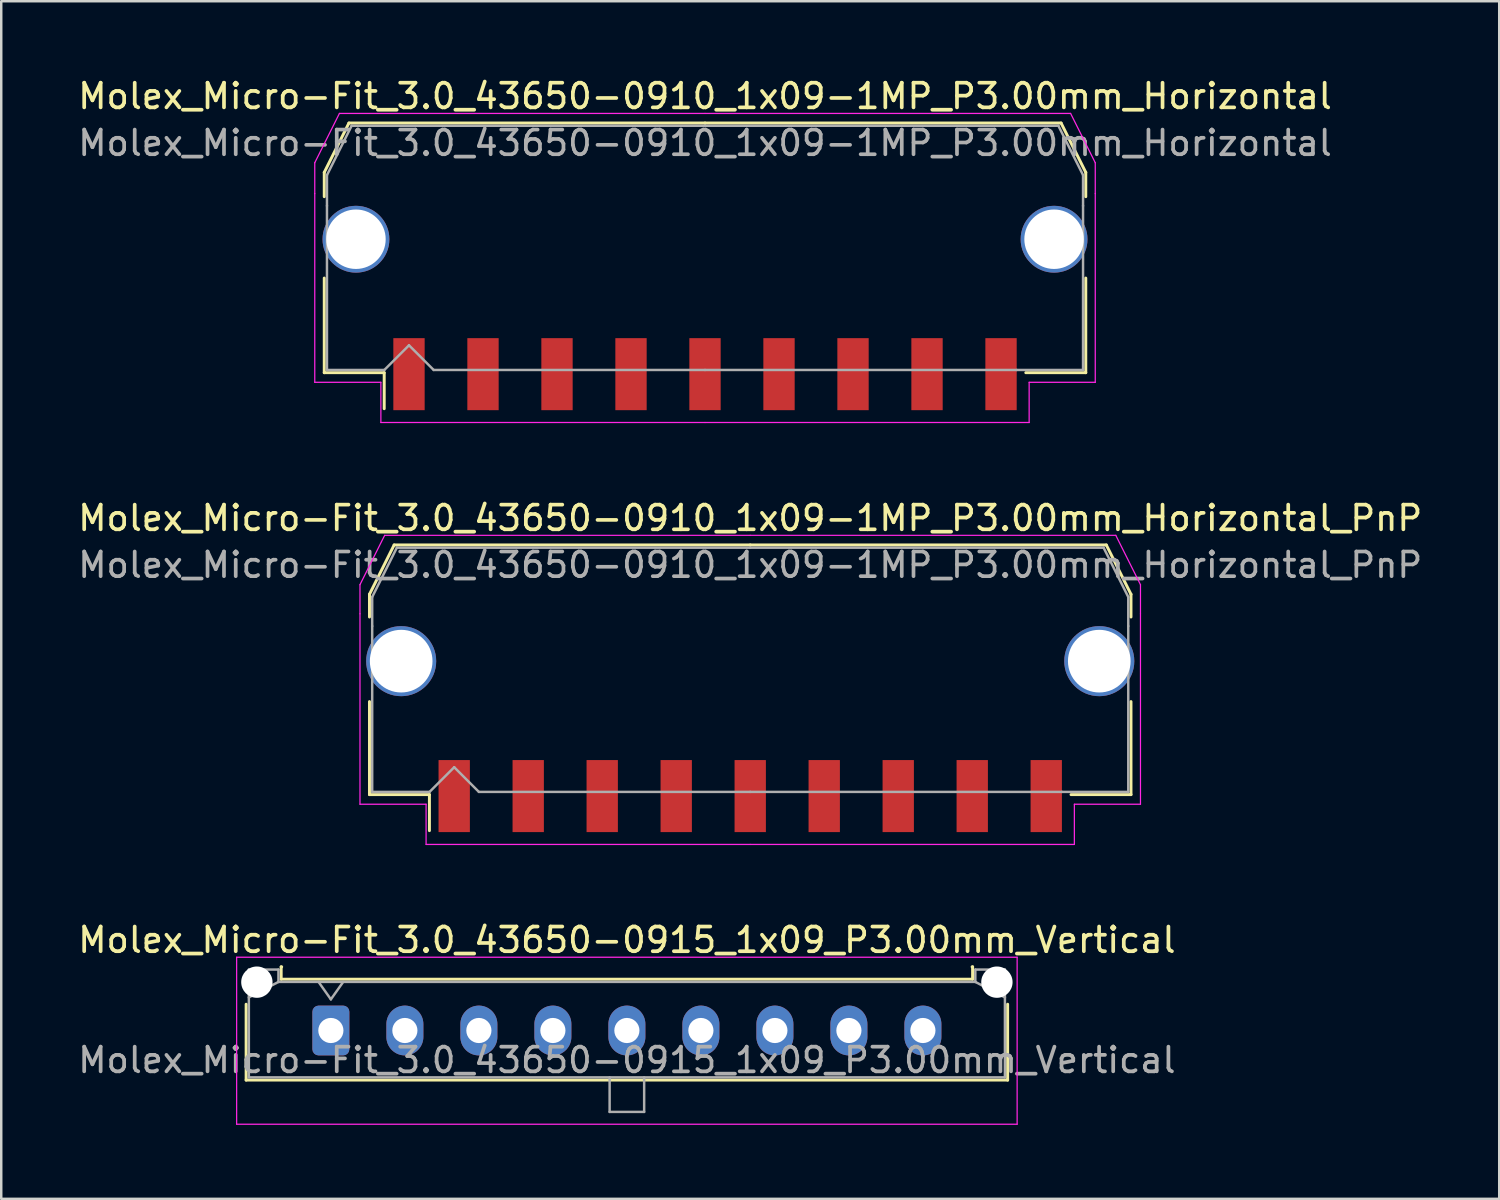
<source format=kicad_pcb>
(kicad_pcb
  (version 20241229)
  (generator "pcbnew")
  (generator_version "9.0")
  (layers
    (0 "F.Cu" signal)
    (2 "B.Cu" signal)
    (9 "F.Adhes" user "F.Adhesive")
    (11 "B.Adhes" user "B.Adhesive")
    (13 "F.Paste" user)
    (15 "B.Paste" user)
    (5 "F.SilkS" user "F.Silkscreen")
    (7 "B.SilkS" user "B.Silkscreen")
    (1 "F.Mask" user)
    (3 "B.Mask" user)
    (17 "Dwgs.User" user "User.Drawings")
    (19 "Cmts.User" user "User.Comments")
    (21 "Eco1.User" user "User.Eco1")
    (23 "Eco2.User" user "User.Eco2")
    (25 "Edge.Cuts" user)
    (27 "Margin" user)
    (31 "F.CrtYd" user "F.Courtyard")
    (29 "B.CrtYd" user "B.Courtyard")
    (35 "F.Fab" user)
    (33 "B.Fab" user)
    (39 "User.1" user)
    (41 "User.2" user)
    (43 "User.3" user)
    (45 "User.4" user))
  (footprint "Molex_Micro-Fit_3.0_43650-0915_1x09_P3.00mm_Vertical"
    (layer "F.Cu")
    (at 10.363 38.725)
    (property "Reference" "Molex_Micro-Fit_3.0_43650-0915_1x09_P3.00mm_Vertical" (at 12 -3.67 0) (layer "F.SilkS") (effects (font (size 1 1) (thickness 0.15))))
    (attr through_hole)
    (fp_line (start -3.435 -1.065) (end -3.435 2.01) (stroke (width 0.12) (type solid)) (layer "F.SilkS"))
    (fp_line (start -3.435 2.01) (end 27.435 2.01) (stroke (width 0.12) (type solid)) (layer "F.SilkS"))
    (fp_line (start -2.015 -2.58) (end -2.015 -2.08) (stroke (width 0.12) (type solid)) (layer "F.SilkS"))
    (fp_line (start -2.015 -2.08) (end 26.015 -2.08) (stroke (width 0.12) (type solid)) (layer "F.SilkS"))
    (fp_line (start -1.995 -2.58) (end -2.015 -2.58) (stroke (width 0.12) (type solid)) (layer "F.SilkS"))
    (fp_line (start 26.015 -2.58) (end 25.995 -2.58) (stroke (width 0.12) (type solid)) (layer "F.SilkS"))
    (fp_line (start 26.015 -2.08) (end 26.015 -2.58) (stroke (width 0.12) (type solid)) (layer "F.SilkS"))
    (fp_line (start 27.435 2.01) (end 27.435 -1.065) (stroke (width 0.12) (type solid)) (layer "F.SilkS"))
    (fp_line (start -3.82 -2.97) (end 27.82 -2.97) (stroke (width 0.05) (type solid)) (layer "F.CrtYd"))
    (fp_line (start -3.82 3.8) (end -3.82 -2.97) (stroke (width 0.05) (type solid)) (layer "F.CrtYd"))
    (fp_line (start 27.82 -2.97) (end 27.82 3.8) (stroke (width 0.05) (type solid)) (layer "F.CrtYd"))
    (fp_line (start 27.82 3.8) (end -3.82 3.8) (stroke (width 0.05) (type solid)) (layer "F.CrtYd"))
    (fp_line (start -3.325 -2.47) (end -3.325 1.9) (stroke (width 0.1) (type solid)) (layer "F.Fab"))
    (fp_line (start -3.325 -1.34) (end -2.125 -1.97) (stroke (width 0.1) (type solid)) (layer "F.Fab"))
    (fp_line (start -3.325 1.9) (end 27.325 1.9) (stroke (width 0.1) (type solid)) (layer "F.Fab"))
    (fp_line (start -2.125 -2.47) (end -3.325 -2.47) (stroke (width 0.1) (type solid)) (layer "F.Fab"))
    (fp_line (start -2.125 -1.97) (end -2.125 -2.47) (stroke (width 0.1) (type solid)) (layer "F.Fab"))
    (fp_line (start -0.5 -1.97) (end 0 -1.263) (stroke (width 0.1) (type solid)) (layer "F.Fab"))
    (fp_line (start 0 -1.263) (end 0.5 -1.97) (stroke (width 0.1) (type solid)) (layer "F.Fab"))
    (fp_line (start 11.3 1.9) (end 11.3 3.3) (stroke (width 0.1) (type solid)) (layer "F.Fab"))
    (fp_line (start 11.3 3.3) (end 12.7 3.3) (stroke (width 0.1) (type solid)) (layer "F.Fab"))
    (fp_line (start 12.7 3.3) (end 12.7 1.9) (stroke (width 0.1) (type solid)) (layer "F.Fab"))
    (fp_line (start 26.125 -2.47) (end 26.125 -1.97) (stroke (width 0.1) (type solid)) (layer "F.Fab"))
    (fp_line (start 26.125 -1.97) (end -2.125 -1.97) (stroke (width 0.1) (type solid)) (layer "F.Fab"))
    (fp_line (start 27.325 -2.47) (end 26.125 -2.47) (stroke (width 0.1) (type solid)) (layer "F.Fab"))
    (fp_line (start 27.325 -1.34) (end 26.125 -1.97) (stroke (width 0.1) (type solid)) (layer "F.Fab"))
    (fp_line (start 27.325 1.9) (end 27.325 -2.47) (stroke (width 0.1) (type solid)) (layer "F.Fab"))
    (fp_text user "${REFERENCE}" (at 12 1.2 0) (layer "F.Fab") (effects (font (size 1 1) (thickness 0.15))))
    (pad "" np_thru_hole circle (at -3 -1.96) (size 1.27 1.27) (drill 1.27) (layers "*.Cu" "*.Mask"))
    (pad "" np_thru_hole circle (at 27 -1.96) (size 1.27 1.27) (drill 1.27) (layers "*.Cu" "*.Mask"))
    (pad "1" thru_hole roundrect (at 0 0) (size 1.5 2.02) (drill 1.02) (layers "*.Cu" "*.Mask") (roundrect_rratio 0.167))
    (pad "2" thru_hole oval (at 3 0) (size 1.5 2.02) (drill 1.02) (layers "*.Cu" "*.Mask"))
    (pad "3" thru_hole oval (at 6 0) (size 1.5 2.02) (drill 1.02) (layers "*.Cu" "*.Mask"))
    (pad "4" thru_hole oval (at 9 0) (size 1.5 2.02) (drill 1.02) (layers "*.Cu" "*.Mask"))
    (pad "5" thru_hole oval (at 12 0) (size 1.5 2.02) (drill 1.02) (layers "*.Cu" "*.Mask"))
    (pad "6" thru_hole oval (at 15 0) (size 1.5 2.02) (drill 1.02) (layers "*.Cu" "*.Mask"))
    (pad "7" thru_hole oval (at 18 0) (size 1.5 2.02) (drill 1.02) (layers "*.Cu" "*.Mask"))
    (pad "8" thru_hole oval (at 21 0) (size 1.5 2.02) (drill 1.02) (layers "*.Cu" "*.Mask"))
    (pad "9" thru_hole oval (at 24 0) (size 1.5 2.02) (drill 1.02) (layers "*.Cu" "*.Mask")))
  (footprint "Molex_Micro-Fit_3.0_43650-0910_1x09-1MP_P3.00mm_Horizontal_PnP"
    (layer "F.Cu")
    (at 27.363 24.102)
    (property "Reference" "Molex_Micro-Fit_3.0_43650-0910_1x09-1MP_P3.00mm_Horizontal_PnP" (at 0 -6.15 0) (layer "F.SilkS") (effects (font (size 1 1) (thickness 0.15))))
    (attr smd)
    (fp_line (start -15.435 -3.06) (end -15.435 -2.14) (stroke (width 0.12) (type solid)) (layer "F.SilkS"))
    (fp_line (start -15.435 1.29) (end -15.435 5.06) (stroke (width 0.12) (type solid)) (layer "F.SilkS"))
    (fp_line (start -15.435 5.06) (end -13.005 5.06) (stroke (width 0.12) (type solid)) (layer "F.SilkS"))
    (fp_line (start -14.435 -5.06) (end -15.435 -3.06) (stroke (width 0.12) (type solid)) (layer "F.SilkS"))
    (fp_line (start -13.005 5.06) (end -13.005 6.52) (stroke (width 0.12) (type solid)) (layer "F.SilkS"))
    (fp_line (start 0 -5.06) (end -14.435 -5.06) (stroke (width 0.12) (type solid)) (layer "F.SilkS"))
    (fp_line (start 0 -5.06) (end 14.435 -5.06) (stroke (width 0.12) (type solid)) (layer "F.SilkS"))
    (fp_line (start 14.435 -5.06) (end 15.435 -3.06) (stroke (width 0.12) (type solid)) (layer "F.SilkS"))
    (fp_line (start 15.435 -3.06) (end 15.435 -2.14) (stroke (width 0.12) (type solid)) (layer "F.SilkS"))
    (fp_line (start 15.435 1.29) (end 15.435 5.06) (stroke (width 0.12) (type solid)) (layer "F.SilkS"))
    (fp_line (start 15.435 5.06) (end 13.005 5.06) (stroke (width 0.12) (type solid)) (layer "F.SilkS"))
    (fp_line (start -15.82 -3.45) (end -15.82 -2.27) (stroke (width 0.05) (type solid)) (layer "F.CrtYd"))
    (fp_line (start -15.82 -2.27) (end -15.82 5.45) (stroke (width 0.05) (type solid)) (layer "F.CrtYd"))
    (fp_line (start -15.82 5.45) (end -13.14 5.45) (stroke (width 0.05) (type solid)) (layer "F.CrtYd"))
    (fp_line (start -14.82 -5.45) (end -15.82 -3.45) (stroke (width 0.05) (type solid)) (layer "F.CrtYd"))
    (fp_line (start -13.14 5.45) (end -13.14 7.08) (stroke (width 0.05) (type solid)) (layer "F.CrtYd"))
    (fp_line (start -13.14 7.08) (end 0 7.08) (stroke (width 0.05) (type solid)) (layer "F.CrtYd"))
    (fp_line (start 0 -5.45) (end -14.82 -5.45) (stroke (width 0.05) (type solid)) (layer "F.CrtYd"))
    (fp_line (start 0 -5.45) (end 14.82 -5.45) (stroke (width 0.05) (type solid)) (layer "F.CrtYd"))
    (fp_line (start 13.14 5.45) (end 13.14 7.08) (stroke (width 0.05) (type solid)) (layer "F.CrtYd"))
    (fp_line (start 13.14 7.08) (end 0 7.08) (stroke (width 0.05) (type solid)) (layer "F.CrtYd"))
    (fp_line (start 14.82 -5.45) (end 15.82 -3.45) (stroke (width 0.05) (type solid)) (layer "F.CrtYd"))
    (fp_line (start 15.82 -3.45) (end 15.82 -2.27) (stroke (width 0.05) (type solid)) (layer "F.CrtYd"))
    (fp_line (start 15.82 -2.27) (end 15.82 5.45) (stroke (width 0.05) (type solid)) (layer "F.CrtYd"))
    (fp_line (start 15.82 5.45) (end 13.14 5.45) (stroke (width 0.05) (type solid)) (layer "F.CrtYd"))
    (fp_line (start -15.325 -2.95) (end -15.325 -1.77) (stroke (width 0.1) (type solid)) (layer "F.Fab"))
    (fp_line (start -15.325 -1.77) (end -15.325 4.95) (stroke (width 0.1) (type solid)) (layer "F.Fab"))
    (fp_line (start -15.325 4.95) (end -13 4.95) (stroke (width 0.1) (type solid)) (layer "F.Fab"))
    (fp_line (start -14.325 -4.95) (end -15.325 -2.95) (stroke (width 0.1) (type solid)) (layer "F.Fab"))
    (fp_line (start -13 4.95) (end -12 3.95) (stroke (width 0.1) (type solid)) (layer "F.Fab"))
    (fp_line (start -12 3.95) (end -11 4.95) (stroke (width 0.1) (type solid)) (layer "F.Fab"))
    (fp_line (start -11 4.95) (end 0 4.95) (stroke (width 0.1) (type solid)) (layer "F.Fab"))
    (fp_line (start 0 -4.95) (end -14.325 -4.95) (stroke (width 0.1) (type solid)) (layer "F.Fab"))
    (fp_line (start 0 -4.95) (end 14.325 -4.95) (stroke (width 0.1) (type solid)) (layer "F.Fab"))
    (fp_line (start 12.635 4.95) (end 0 4.95) (stroke (width 0.1) (type solid)) (layer "F.Fab"))
    (fp_line (start 14.325 -4.95) (end 15.325 -2.95) (stroke (width 0.1) (type solid)) (layer "F.Fab"))
    (fp_line (start 15.325 -2.95) (end 15.325 -1.77) (stroke (width 0.1) (type solid)) (layer "F.Fab"))
    (fp_line (start 15.325 -1.77) (end 15.325 4.95) (stroke (width 0.1) (type solid)) (layer "F.Fab"))
    (fp_line (start 15.325 4.95) (end 12.635 4.95) (stroke (width 0.1) (type solid)) (layer "F.Fab"))
    (fp_text user "${REFERENCE}" (at 0 -4.25 0) (layer "F.Fab") (effects (font (size 1 1) (thickness 0.15))))
    (pad "1" smd rect (at -12 5.12) (size 1.27 2.92) (layers "F.Cu" "F.Mask" "F.Paste"))
    (pad "2" smd rect (at -9 5.12) (size 1.27 2.92) (layers "F.Cu" "F.Mask" "F.Paste"))
    (pad "3" smd rect (at -6 5.12) (size 1.27 2.92) (layers "F.Cu" "F.Mask" "F.Paste"))
    (pad "4" smd rect (at -3 5.12) (size 1.27 2.92) (layers "F.Cu" "F.Mask" "F.Paste"))
    (pad "5" smd rect (at 0 5.12) (size 1.27 2.92) (layers "F.Cu" "F.Mask" "F.Paste"))
    (pad "6" smd rect (at 3 5.12) (size 1.27 2.92) (layers "F.Cu" "F.Mask" "F.Paste"))
    (pad "7" smd rect (at 6 5.12) (size 1.27 2.92) (layers "F.Cu" "F.Mask" "F.Paste"))
    (pad "8" smd rect (at 9 5.12) (size 1.27 2.92) (layers "F.Cu" "F.Mask" "F.Paste"))
    (pad "9" smd rect (at 12 5.12) (size 1.27 2.92) (layers "F.Cu" "F.Mask" "F.Paste"))
    (pad "MP" thru_hole circle (at -14.15 -0.35) (size 2.84 2.84) (drill 2.54) (layers "*.Cu" "*.Mask"))
    (pad "MP" thru_hole circle (at 14.15 -0.35) (size 2.84 2.84) (drill 2.54) (layers "*.Cu" "*.Mask")))
  (footprint "Molex_Micro-Fit_3.0_43650-0910_1x09-1MP_P3.00mm_Horizontal"
    (layer "F.Cu")
    (at 25.53 6.998)
    (property "Reference" "Molex_Micro-Fit_3.0_43650-0910_1x09-1MP_P3.00mm_Horizontal" (at 0 -6.15 0) (layer "F.SilkS") (effects (font (size 1 1) (thickness 0.15))))
    (attr smd)
    (fp_line (start -15.435 -3.06) (end -15.435 -2.075) (stroke (width 0.12) (type solid)) (layer "F.SilkS"))
    (fp_line (start -15.435 1.225) (end -15.435 5.06) (stroke (width 0.12) (type solid)) (layer "F.SilkS"))
    (fp_line (start -15.435 5.06) (end -13.005 5.06) (stroke (width 0.12) (type solid)) (layer "F.SilkS"))
    (fp_line (start -14.435 -5.06) (end -15.435 -3.06) (stroke (width 0.12) (type solid)) (layer "F.SilkS"))
    (fp_line (start -13.005 5.06) (end -13.005 6.52) (stroke (width 0.12) (type solid)) (layer "F.SilkS"))
    (fp_line (start 0 -5.06) (end -14.435 -5.06) (stroke (width 0.12) (type solid)) (layer "F.SilkS"))
    (fp_line (start 0 -5.06) (end 14.435 -5.06) (stroke (width 0.12) (type solid)) (layer "F.SilkS"))
    (fp_line (start 14.435 -5.06) (end 15.435 -3.06) (stroke (width 0.12) (type solid)) (layer "F.SilkS"))
    (fp_line (start 15.435 -3.06) (end 15.435 -2.075) (stroke (width 0.12) (type solid)) (layer "F.SilkS"))
    (fp_line (start 15.435 1.225) (end 15.435 5.06) (stroke (width 0.12) (type solid)) (layer "F.SilkS"))
    (fp_line (start 15.435 5.06) (end 13.005 5.06) (stroke (width 0.12) (type solid)) (layer "F.SilkS"))
    (fp_line (start -15.82 -3.45) (end -15.82 -2.2) (stroke (width 0.05) (type solid)) (layer "F.CrtYd"))
    (fp_line (start -15.82 -2.2) (end -15.82 5.45) (stroke (width 0.05) (type solid)) (layer "F.CrtYd"))
    (fp_line (start -15.82 5.45) (end -13.14 5.45) (stroke (width 0.05) (type solid)) (layer "F.CrtYd"))
    (fp_line (start -14.82 -5.45) (end -15.82 -3.45) (stroke (width 0.05) (type solid)) (layer "F.CrtYd"))
    (fp_line (start -13.14 5.45) (end -13.14 7.08) (stroke (width 0.05) (type solid)) (layer "F.CrtYd"))
    (fp_line (start -13.14 7.08) (end 0 7.08) (stroke (width 0.05) (type solid)) (layer "F.CrtYd"))
    (fp_line (start 0 -5.45) (end -14.82 -5.45) (stroke (width 0.05) (type solid)) (layer "F.CrtYd"))
    (fp_line (start 0 -5.45) (end 14.82 -5.45) (stroke (width 0.05) (type solid)) (layer "F.CrtYd"))
    (fp_line (start 13.14 5.45) (end 13.14 7.08) (stroke (width 0.05) (type solid)) (layer "F.CrtYd"))
    (fp_line (start 13.14 7.08) (end 0 7.08) (stroke (width 0.05) (type solid)) (layer "F.CrtYd"))
    (fp_line (start 14.82 -5.45) (end 15.82 -3.45) (stroke (width 0.05) (type solid)) (layer "F.CrtYd"))
    (fp_line (start 15.82 -3.45) (end 15.82 -2.2) (stroke (width 0.05) (type solid)) (layer "F.CrtYd"))
    (fp_line (start 15.82 -2.2) (end 15.82 5.45) (stroke (width 0.05) (type solid)) (layer "F.CrtYd"))
    (fp_line (start 15.82 5.45) (end 13.14 5.45) (stroke (width 0.05) (type solid)) (layer "F.CrtYd"))
    (fp_line (start -15.325 -2.95) (end -15.325 -1.705) (stroke (width 0.1) (type solid)) (layer "F.Fab"))
    (fp_line (start -15.325 -1.705) (end -15.325 4.95) (stroke (width 0.1) (type solid)) (layer "F.Fab"))
    (fp_line (start -15.325 4.95) (end -13 4.95) (stroke (width 0.1) (type solid)) (layer "F.Fab"))
    (fp_line (start -14.325 -4.95) (end -15.325 -2.95) (stroke (width 0.1) (type solid)) (layer "F.Fab"))
    (fp_line (start -13 4.95) (end -12 3.95) (stroke (width 0.1) (type solid)) (layer "F.Fab"))
    (fp_line (start -12 3.95) (end -11 4.95) (stroke (width 0.1) (type solid)) (layer "F.Fab"))
    (fp_line (start -11 4.95) (end 0 4.95) (stroke (width 0.1) (type solid)) (layer "F.Fab"))
    (fp_line (start 0 -4.95) (end -14.325 -4.95) (stroke (width 0.1) (type solid)) (layer "F.Fab"))
    (fp_line (start 0 -4.95) (end 14.325 -4.95) (stroke (width 0.1) (type solid)) (layer "F.Fab"))
    (fp_line (start 12.635 4.95) (end 0 4.95) (stroke (width 0.1) (type solid)) (layer "F.Fab"))
    (fp_line (start 14.325 -4.95) (end 15.325 -2.95) (stroke (width 0.1) (type solid)) (layer "F.Fab"))
    (fp_line (start 15.325 -2.95) (end 15.325 -1.705) (stroke (width 0.1) (type solid)) (layer "F.Fab"))
    (fp_line (start 15.325 -1.705) (end 15.325 4.95) (stroke (width 0.1) (type solid)) (layer "F.Fab"))
    (fp_line (start 15.325 4.95) (end 12.635 4.95) (stroke (width 0.1) (type solid)) (layer "F.Fab"))
    (fp_text user "${REFERENCE}" (at 0 -4.25 0) (layer "F.Fab") (effects (font (size 1 1) (thickness 0.15))))
    (pad "1" smd rect (at -12 5.12) (size 1.27 2.92) (layers "F.Cu" "F.Mask" "F.Paste"))
    (pad "2" smd rect (at -9 5.12) (size 1.27 2.92) (layers "F.Cu" "F.Mask" "F.Paste"))
    (pad "3" smd rect (at -6 5.12) (size 1.27 2.92) (layers "F.Cu" "F.Mask" "F.Paste"))
    (pad "4" smd rect (at -3 5.12) (size 1.27 2.92) (layers "F.Cu" "F.Mask" "F.Paste"))
    (pad "5" smd rect (at 0 5.12) (size 1.27 2.92) (layers "F.Cu" "F.Mask" "F.Paste"))
    (pad "6" smd rect (at 3 5.12) (size 1.27 2.92) (layers "F.Cu" "F.Mask" "F.Paste"))
    (pad "7" smd rect (at 6 5.12) (size 1.27 2.92) (layers "F.Cu" "F.Mask" "F.Paste"))
    (pad "8" smd rect (at 9 5.12) (size 1.27 2.92) (layers "F.Cu" "F.Mask" "F.Paste"))
    (pad "9" smd rect (at 12 5.12) (size 1.27 2.92) (layers "F.Cu" "F.Mask" "F.Paste"))
    (pad "MP" thru_hole circle (at -14.15 -0.35) (size 2.71 2.71) (drill 2.41) (layers "*.Cu" "*.Mask"))
    (pad "MP" thru_hole circle (at 14.15 -0.35) (size 2.71 2.71) (drill 2.41) (layers "*.Cu" "*.Mask")))
  (gr_rect
    (start -3 -3)
    (end 57.726 45.55)
    (stroke (width 0.1) (type default))
    (fill no)
    (layer "Edge.Cuts")))
</source>
